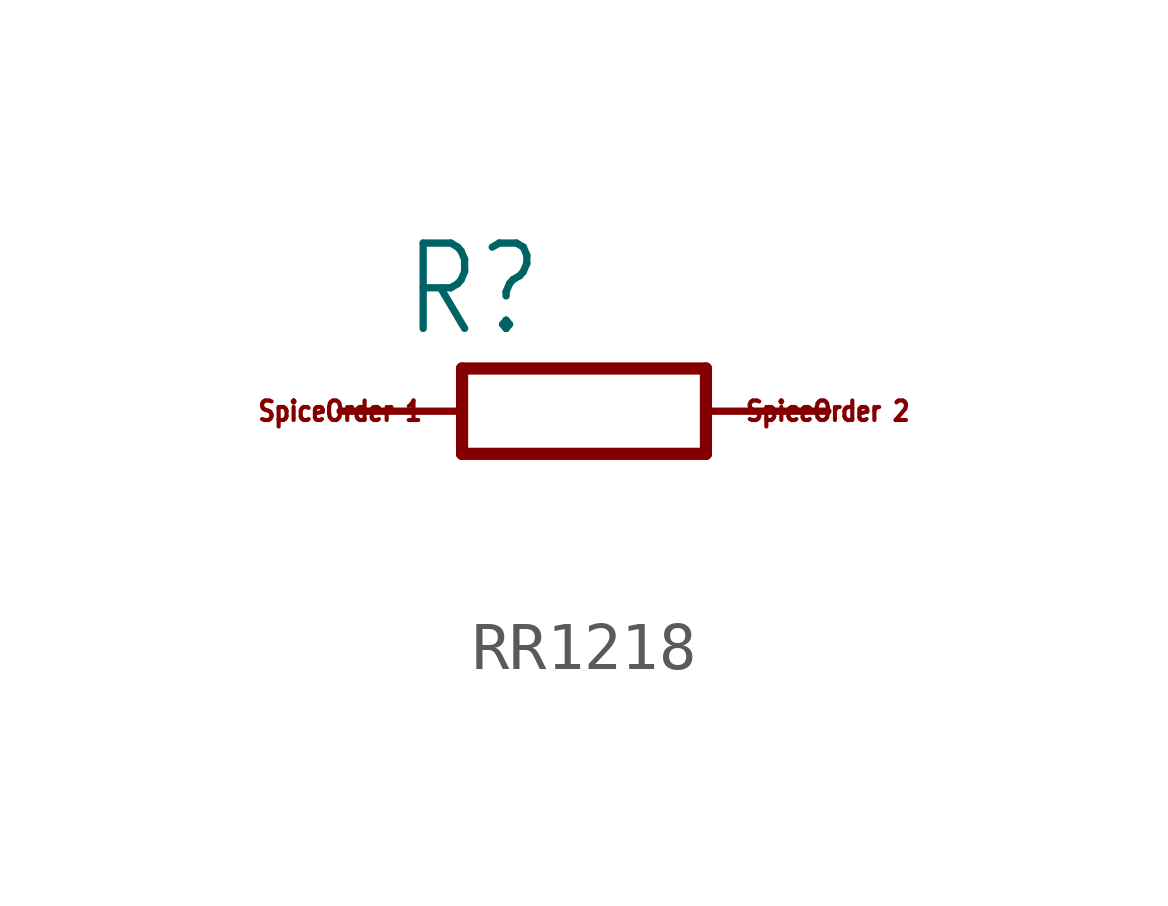
<source format=kicad_sym>
(kicad_symbol_lib
  (version 20220914)
  (generator kicad_symbol_editor)
  (symbol "RR1218"
    (property "Reference" "R"
      (at -3.81 1.499 0)
      (effects (font (size 1.778 1.511)) (justify left bottom)))
    (property "Value" ""
      (at -3.81 -3.302 0)
      (effects (font (size 1.778 1.511)) (justify left bottom)))
    (property "ki_locked" ""
      (at 0 0 0)
      (effects (font (size 1.27 1.27))))
    (symbol "RR1218_1_0"
      (polyline (pts (xy -2.54 -0.889) (xy -2.54 0.889)) (stroke (width 0.254) (type solid)) (fill (type none)))
      (polyline (pts (xy -2.54 -0.889) (xy 2.54 -0.889)) (stroke (width 0.254) (type solid)) (fill (type none)))
      (polyline (pts (xy 2.54 -0.889) (xy 2.54 0.889)) (stroke (width 0.254) (type solid)) (fill (type none)))
      (polyline (pts (xy 2.54 0.889) (xy -2.54 0.889)) (stroke (width 0.254) (type solid)) (fill (type none)))
      (text "SpiceOrder 1" (at -5.08 0 0) (effects (font (size 0.406 0.345))))
      (text "SpiceOrder 2" (at 5.08 0 0) (effects (font (size 0.406 0.345))))
      (pin passive line (at -5.08 0 0) (length 2.54) (name "1" (effects (font (size 0 0)))) (number "1" (effects (font (size 0 0)))))
      (pin passive line (at 5.08 0 180) (length 2.54) (name "2" (effects (font (size 0 0)))) (number "2" (effects (font (size 0 0))))))))
</source>
